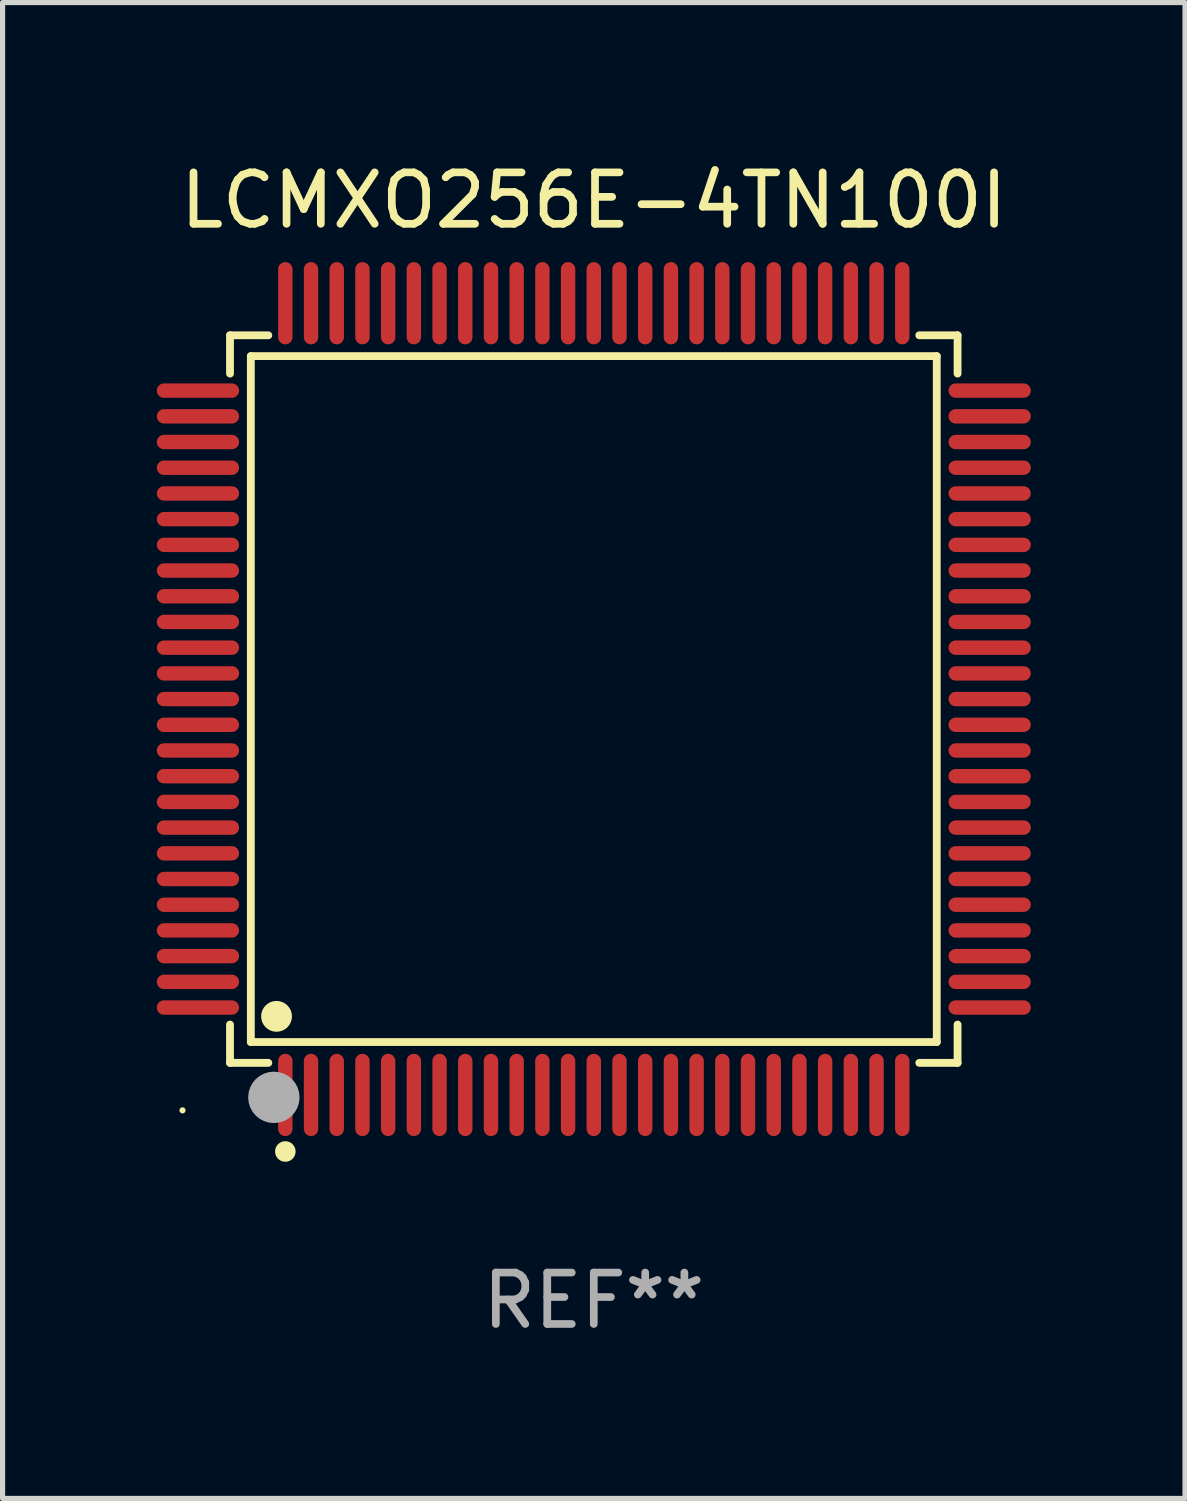
<source format=kicad_pcb>
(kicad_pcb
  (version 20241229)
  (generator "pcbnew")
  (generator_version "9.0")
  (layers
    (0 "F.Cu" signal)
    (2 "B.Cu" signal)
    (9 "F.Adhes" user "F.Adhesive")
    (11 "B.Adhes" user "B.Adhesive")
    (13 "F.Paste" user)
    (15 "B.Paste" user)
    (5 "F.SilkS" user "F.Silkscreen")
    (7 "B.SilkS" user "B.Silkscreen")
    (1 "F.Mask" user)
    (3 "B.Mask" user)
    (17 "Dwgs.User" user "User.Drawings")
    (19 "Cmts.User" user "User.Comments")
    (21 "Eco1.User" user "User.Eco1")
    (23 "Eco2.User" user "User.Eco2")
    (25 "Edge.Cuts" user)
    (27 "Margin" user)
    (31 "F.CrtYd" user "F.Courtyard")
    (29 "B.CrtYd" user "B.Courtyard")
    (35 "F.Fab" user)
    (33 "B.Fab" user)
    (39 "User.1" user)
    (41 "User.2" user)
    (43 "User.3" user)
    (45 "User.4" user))
  (footprint "LCMXO256E-4TN100I"
    (layer "F.Cu")
    (at 8.5 10.548)
    (property "Reference" "LCMXO256E-4TN100I" (at 0 -9.7 0) (layer "F.SilkS") (effects (font (size 1 1) (thickness 0.15))))
    (attr through_hole)
    (fp_line (start -7.076 -7.076) (end -6.331 -7.076) (stroke (width 0.152) (type solid)) (layer "F.SilkS"))
    (fp_line (start -7.076 -6.331) (end -7.076 -7.076) (stroke (width 0.152) (type solid)) (layer "F.SilkS"))
    (fp_line (start -7.076 6.331) (end -7.076 7.076) (stroke (width 0.152) (type solid)) (layer "F.SilkS"))
    (fp_line (start -7.076 7.076) (end -6.331 7.076) (stroke (width 0.152) (type solid)) (layer "F.SilkS"))
    (fp_line (start -6.671 -6.671) (end 6.671 -6.671) (stroke (width 0.152) (type solid)) (layer "F.SilkS"))
    (fp_line (start -6.671 6.671) (end -6.671 -6.671) (stroke (width 0.152) (type solid)) (layer "F.SilkS"))
    (fp_line (start 6.671 -6.671) (end 6.671 6.671) (stroke (width 0.152) (type solid)) (layer "F.SilkS"))
    (fp_line (start 6.671 6.671) (end -6.671 6.671) (stroke (width 0.152) (type solid)) (layer "F.SilkS"))
    (fp_line (start 7.076 -7.076) (end 6.331 -7.076) (stroke (width 0.152) (type solid)) (layer "F.SilkS"))
    (fp_line (start 7.076 -6.331) (end 7.076 -7.076) (stroke (width 0.152) (type solid)) (layer "F.SilkS"))
    (fp_line (start 7.076 6.331) (end 7.076 7.076) (stroke (width 0.152) (type solid)) (layer "F.SilkS"))
    (fp_line (start 7.076 7.076) (end 6.331 7.076) (stroke (width 0.152) (type solid)) (layer "F.SilkS"))
    (fp_circle (center -8 8) (end -7.97 8) (stroke (width 0.06) (type solid)) (fill no) (layer "F.SilkS"))
    (fp_circle (center -6.171 6.171) (end -6.021 6.171) (stroke (width 0.3) (type solid)) (fill no) (layer "F.SilkS"))
    (fp_circle (center -6 8.8) (end -5.9 8.8) (stroke (width 0.2) (type solid)) (fill no) (layer "F.SilkS"))
    (fp_circle (center -6.223 7.747) (end -5.973 7.747) (stroke (width 0.5) (type solid)) (fill no) (layer "F.Fab"))
    (fp_text user "REF**" (at 0 11.7 0) (layer "F.Fab") (effects (font (size 1 1) (thickness 0.15))))
    (pad "1" smd oval (at -6 7.7) (size 0.28 1.6) (layers "F.Cu" "F.Mask" "F.Paste"))
    (pad "2" smd oval (at -5.5 7.7) (size 0.28 1.6) (layers "F.Cu" "F.Mask" "F.Paste"))
    (pad "3" smd oval (at -5 7.7) (size 0.28 1.6) (layers "F.Cu" "F.Mask" "F.Paste"))
    (pad "4" smd oval (at -4.5 7.7) (size 0.28 1.6) (layers "F.Cu" "F.Mask" "F.Paste"))
    (pad "5" smd oval (at -4 7.7) (size 0.28 1.6) (layers "F.Cu" "F.Mask" "F.Paste"))
    (pad "6" smd oval (at -3.5 7.7) (size 0.28 1.6) (layers "F.Cu" "F.Mask" "F.Paste"))
    (pad "7" smd oval (at -3 7.7) (size 0.28 1.6) (layers "F.Cu" "F.Mask" "F.Paste"))
    (pad "8" smd oval (at -2.5 7.7) (size 0.28 1.6) (layers "F.Cu" "F.Mask" "F.Paste"))
    (pad "9" smd oval (at -2 7.7) (size 0.28 1.6) (layers "F.Cu" "F.Mask" "F.Paste"))
    (pad "10" smd oval (at -1.5 7.7) (size 0.28 1.6) (layers "F.Cu" "F.Mask" "F.Paste"))
    (pad "11" smd oval (at -1 7.7) (size 0.28 1.6) (layers "F.Cu" "F.Mask" "F.Paste"))
    (pad "12" smd oval (at -0.5 7.7) (size 0.28 1.6) (layers "F.Cu" "F.Mask" "F.Paste"))
    (pad "13" smd oval (at 0 7.7) (size 0.28 1.6) (layers "F.Cu" "F.Mask" "F.Paste"))
    (pad "14" smd oval (at 0.5 7.7) (size 0.28 1.6) (layers "F.Cu" "F.Mask" "F.Paste"))
    (pad "15" smd oval (at 1 7.7) (size 0.28 1.6) (layers "F.Cu" "F.Mask" "F.Paste"))
    (pad "16" smd oval (at 1.5 7.7) (size 0.28 1.6) (layers "F.Cu" "F.Mask" "F.Paste"))
    (pad "17" smd oval (at 2 7.7) (size 0.28 1.6) (layers "F.Cu" "F.Mask" "F.Paste"))
    (pad "18" smd oval (at 2.5 7.7) (size 0.28 1.6) (layers "F.Cu" "F.Mask" "F.Paste"))
    (pad "19" smd oval (at 3 7.7) (size 0.28 1.6) (layers "F.Cu" "F.Mask" "F.Paste"))
    (pad "20" smd oval (at 3.5 7.7) (size 0.28 1.6) (layers "F.Cu" "F.Mask" "F.Paste"))
    (pad "21" smd oval (at 4 7.7) (size 0.28 1.6) (layers "F.Cu" "F.Mask" "F.Paste"))
    (pad "22" smd oval (at 4.5 7.7) (size 0.28 1.6) (layers "F.Cu" "F.Mask" "F.Paste"))
    (pad "23" smd oval (at 5 7.7) (size 0.28 1.6) (layers "F.Cu" "F.Mask" "F.Paste"))
    (pad "24" smd oval (at 5.5 7.7) (size 0.28 1.6) (layers "F.Cu" "F.Mask" "F.Paste"))
    (pad "25" smd oval (at 6 7.7) (size 0.28 1.6) (layers "F.Cu" "F.Mask" "F.Paste"))
    (pad "26" smd oval (at 7.7 6) (size 1.6 0.28) (layers "F.Cu" "F.Mask" "F.Paste"))
    (pad "27" smd oval (at 7.7 5.5) (size 1.6 0.28) (layers "F.Cu" "F.Mask" "F.Paste"))
    (pad "28" smd oval (at 7.7 5) (size 1.6 0.28) (layers "F.Cu" "F.Mask" "F.Paste"))
    (pad "29" smd oval (at 7.7 4.5) (size 1.6 0.28) (layers "F.Cu" "F.Mask" "F.Paste"))
    (pad "30" smd oval (at 7.7 4) (size 1.6 0.28) (layers "F.Cu" "F.Mask" "F.Paste"))
    (pad "31" smd oval (at 7.7 3.5) (size 1.6 0.28) (layers "F.Cu" "F.Mask" "F.Paste"))
    (pad "32" smd oval (at 7.7 3) (size 1.6 0.28) (layers "F.Cu" "F.Mask" "F.Paste"))
    (pad "33" smd oval (at 7.7 2.5) (size 1.6 0.28) (layers "F.Cu" "F.Mask" "F.Paste"))
    (pad "34" smd oval (at 7.7 2) (size 1.6 0.28) (layers "F.Cu" "F.Mask" "F.Paste"))
    (pad "35" smd oval (at 7.7 1.5) (size 1.6 0.28) (layers "F.Cu" "F.Mask" "F.Paste"))
    (pad "36" smd oval (at 7.7 1) (size 1.6 0.28) (layers "F.Cu" "F.Mask" "F.Paste"))
    (pad "37" smd oval (at 7.7 0.5) (size 1.6 0.28) (layers "F.Cu" "F.Mask" "F.Paste"))
    (pad "38" smd oval (at 7.7 0) (size 1.6 0.28) (layers "F.Cu" "F.Mask" "F.Paste"))
    (pad "39" smd oval (at 7.7 -0.5) (size 1.6 0.28) (layers "F.Cu" "F.Mask" "F.Paste"))
    (pad "40" smd oval (at 7.7 -1) (size 1.6 0.28) (layers "F.Cu" "F.Mask" "F.Paste"))
    (pad "41" smd oval (at 7.7 -1.5) (size 1.6 0.28) (layers "F.Cu" "F.Mask" "F.Paste"))
    (pad "42" smd oval (at 7.7 -2) (size 1.6 0.28) (layers "F.Cu" "F.Mask" "F.Paste"))
    (pad "43" smd oval (at 7.7 -2.5) (size 1.6 0.28) (layers "F.Cu" "F.Mask" "F.Paste"))
    (pad "44" smd oval (at 7.7 -3) (size 1.6 0.28) (layers "F.Cu" "F.Mask" "F.Paste"))
    (pad "45" smd oval (at 7.7 -3.5) (size 1.6 0.28) (layers "F.Cu" "F.Mask" "F.Paste"))
    (pad "46" smd oval (at 7.7 -4) (size 1.6 0.28) (layers "F.Cu" "F.Mask" "F.Paste"))
    (pad "47" smd oval (at 7.7 -4.5) (size 1.6 0.28) (layers "F.Cu" "F.Mask" "F.Paste"))
    (pad "48" smd oval (at 7.7 -5) (size 1.6 0.28) (layers "F.Cu" "F.Mask" "F.Paste"))
    (pad "49" smd oval (at 7.7 -5.5) (size 1.6 0.28) (layers "F.Cu" "F.Mask" "F.Paste"))
    (pad "50" smd oval (at 7.7 -6) (size 1.6 0.28) (layers "F.Cu" "F.Mask" "F.Paste"))
    (pad "51" smd oval (at 6 -7.7) (size 0.28 1.6) (layers "F.Cu" "F.Mask" "F.Paste"))
    (pad "52" smd oval (at 5.5 -7.7) (size 0.28 1.6) (layers "F.Cu" "F.Mask" "F.Paste"))
    (pad "53" smd oval (at 5 -7.7) (size 0.28 1.6) (layers "F.Cu" "F.Mask" "F.Paste"))
    (pad "54" smd oval (at 4.5 -7.7) (size 0.28 1.6) (layers "F.Cu" "F.Mask" "F.Paste"))
    (pad "55" smd oval (at 4 -7.7) (size 0.28 1.6) (layers "F.Cu" "F.Mask" "F.Paste"))
    (pad "56" smd oval (at 3.5 -7.7) (size 0.28 1.6) (layers "F.Cu" "F.Mask" "F.Paste"))
    (pad "57" smd oval (at 3 -7.7) (size 0.28 1.6) (layers "F.Cu" "F.Mask" "F.Paste"))
    (pad "58" smd oval (at 2.5 -7.7) (size 0.28 1.6) (layers "F.Cu" "F.Mask" "F.Paste"))
    (pad "59" smd oval (at 2 -7.7) (size 0.28 1.6) (layers "F.Cu" "F.Mask" "F.Paste"))
    (pad "60" smd oval (at 1.5 -7.7) (size 0.28 1.6) (layers "F.Cu" "F.Mask" "F.Paste"))
    (pad "61" smd oval (at 1 -7.7) (size 0.28 1.6) (layers "F.Cu" "F.Mask" "F.Paste"))
    (pad "62" smd oval (at 0.5 -7.7) (size 0.28 1.6) (layers "F.Cu" "F.Mask" "F.Paste"))
    (pad "63" smd oval (at 0 -7.7) (size 0.28 1.6) (layers "F.Cu" "F.Mask" "F.Paste"))
    (pad "64" smd oval (at -0.5 -7.7) (size 0.28 1.6) (layers "F.Cu" "F.Mask" "F.Paste"))
    (pad "65" smd oval (at -1 -7.7) (size 0.28 1.6) (layers "F.Cu" "F.Mask" "F.Paste"))
    (pad "66" smd oval (at -1.5 -7.7) (size 0.28 1.6) (layers "F.Cu" "F.Mask" "F.Paste"))
    (pad "67" smd oval (at -2 -7.7) (size 0.28 1.6) (layers "F.Cu" "F.Mask" "F.Paste"))
    (pad "68" smd oval (at -2.5 -7.7) (size 0.28 1.6) (layers "F.Cu" "F.Mask" "F.Paste"))
    (pad "69" smd oval (at -3 -7.7) (size 0.28 1.6) (layers "F.Cu" "F.Mask" "F.Paste"))
    (pad "70" smd oval (at -3.5 -7.7) (size 0.28 1.6) (layers "F.Cu" "F.Mask" "F.Paste"))
    (pad "71" smd oval (at -4 -7.7) (size 0.28 1.6) (layers "F.Cu" "F.Mask" "F.Paste"))
    (pad "72" smd oval (at -4.5 -7.7) (size 0.28 1.6) (layers "F.Cu" "F.Mask" "F.Paste"))
    (pad "73" smd oval (at -5 -7.7) (size 0.28 1.6) (layers "F.Cu" "F.Mask" "F.Paste"))
    (pad "74" smd oval (at -5.5 -7.7) (size 0.28 1.6) (layers "F.Cu" "F.Mask" "F.Paste"))
    (pad "75" smd oval (at -6 -7.7) (size 0.28 1.6) (layers "F.Cu" "F.Mask" "F.Paste"))
    (pad "76" smd oval (at -7.7 -6) (size 1.6 0.28) (layers "F.Cu" "F.Mask" "F.Paste"))
    (pad "77" smd oval (at -7.7 -5.5) (size 1.6 0.28) (layers "F.Cu" "F.Mask" "F.Paste"))
    (pad "78" smd oval (at -7.7 -5) (size 1.6 0.28) (layers "F.Cu" "F.Mask" "F.Paste"))
    (pad "79" smd oval (at -7.7 -4.5) (size 1.6 0.28) (layers "F.Cu" "F.Mask" "F.Paste"))
    (pad "80" smd oval (at -7.7 -4) (size 1.6 0.28) (layers "F.Cu" "F.Mask" "F.Paste"))
    (pad "81" smd oval (at -7.7 -3.5) (size 1.6 0.28) (layers "F.Cu" "F.Mask" "F.Paste"))
    (pad "82" smd oval (at -7.7 -3) (size 1.6 0.28) (layers "F.Cu" "F.Mask" "F.Paste"))
    (pad "83" smd oval (at -7.7 -2.5) (size 1.6 0.28) (layers "F.Cu" "F.Mask" "F.Paste"))
    (pad "84" smd oval (at -7.7 -2) (size 1.6 0.28) (layers "F.Cu" "F.Mask" "F.Paste"))
    (pad "85" smd oval (at -7.7 -1.5) (size 1.6 0.28) (layers "F.Cu" "F.Mask" "F.Paste"))
    (pad "86" smd oval (at -7.7 -1) (size 1.6 0.28) (layers "F.Cu" "F.Mask" "F.Paste"))
    (pad "87" smd oval (at -7.7 -0.5) (size 1.6 0.28) (layers "F.Cu" "F.Mask" "F.Paste"))
    (pad "88" smd oval (at -7.7 0) (size 1.6 0.28) (layers "F.Cu" "F.Mask" "F.Paste"))
    (pad "89" smd oval (at -7.7 0.5) (size 1.6 0.28) (layers "F.Cu" "F.Mask" "F.Paste"))
    (pad "90" smd oval (at -7.7 1) (size 1.6 0.28) (layers "F.Cu" "F.Mask" "F.Paste"))
    (pad "91" smd oval (at -7.7 1.5) (size 1.6 0.28) (layers "F.Cu" "F.Mask" "F.Paste"))
    (pad "92" smd oval (at -7.7 2) (size 1.6 0.28) (layers "F.Cu" "F.Mask" "F.Paste"))
    (pad "93" smd oval (at -7.7 2.5) (size 1.6 0.28) (layers "F.Cu" "F.Mask" "F.Paste"))
    (pad "94" smd oval (at -7.7 3) (size 1.6 0.28) (layers "F.Cu" "F.Mask" "F.Paste"))
    (pad "95" smd oval (at -7.7 3.5) (size 1.6 0.28) (layers "F.Cu" "F.Mask" "F.Paste"))
    (pad "96" smd oval (at -7.7 4) (size 1.6 0.28) (layers "F.Cu" "F.Mask" "F.Paste"))
    (pad "97" smd oval (at -7.7 4.5) (size 1.6 0.28) (layers "F.Cu" "F.Mask" "F.Paste"))
    (pad "98" smd oval (at -7.7 5) (size 1.6 0.28) (layers "F.Cu" "F.Mask" "F.Paste"))
    (pad "99" smd oval (at -7.7 5.5) (size 1.6 0.28) (layers "F.Cu" "F.Mask" "F.Paste"))
    (pad "100" smd oval (at -7.7 6) (size 1.6 0.28) (layers "F.Cu" "F.Mask" "F.Paste")))
  (gr_rect
    (start -3 -3)
    (end 20 26.097)
    (stroke (width 0.1) (type default))
    (fill no)
    (layer "Edge.Cuts")))
</source>
